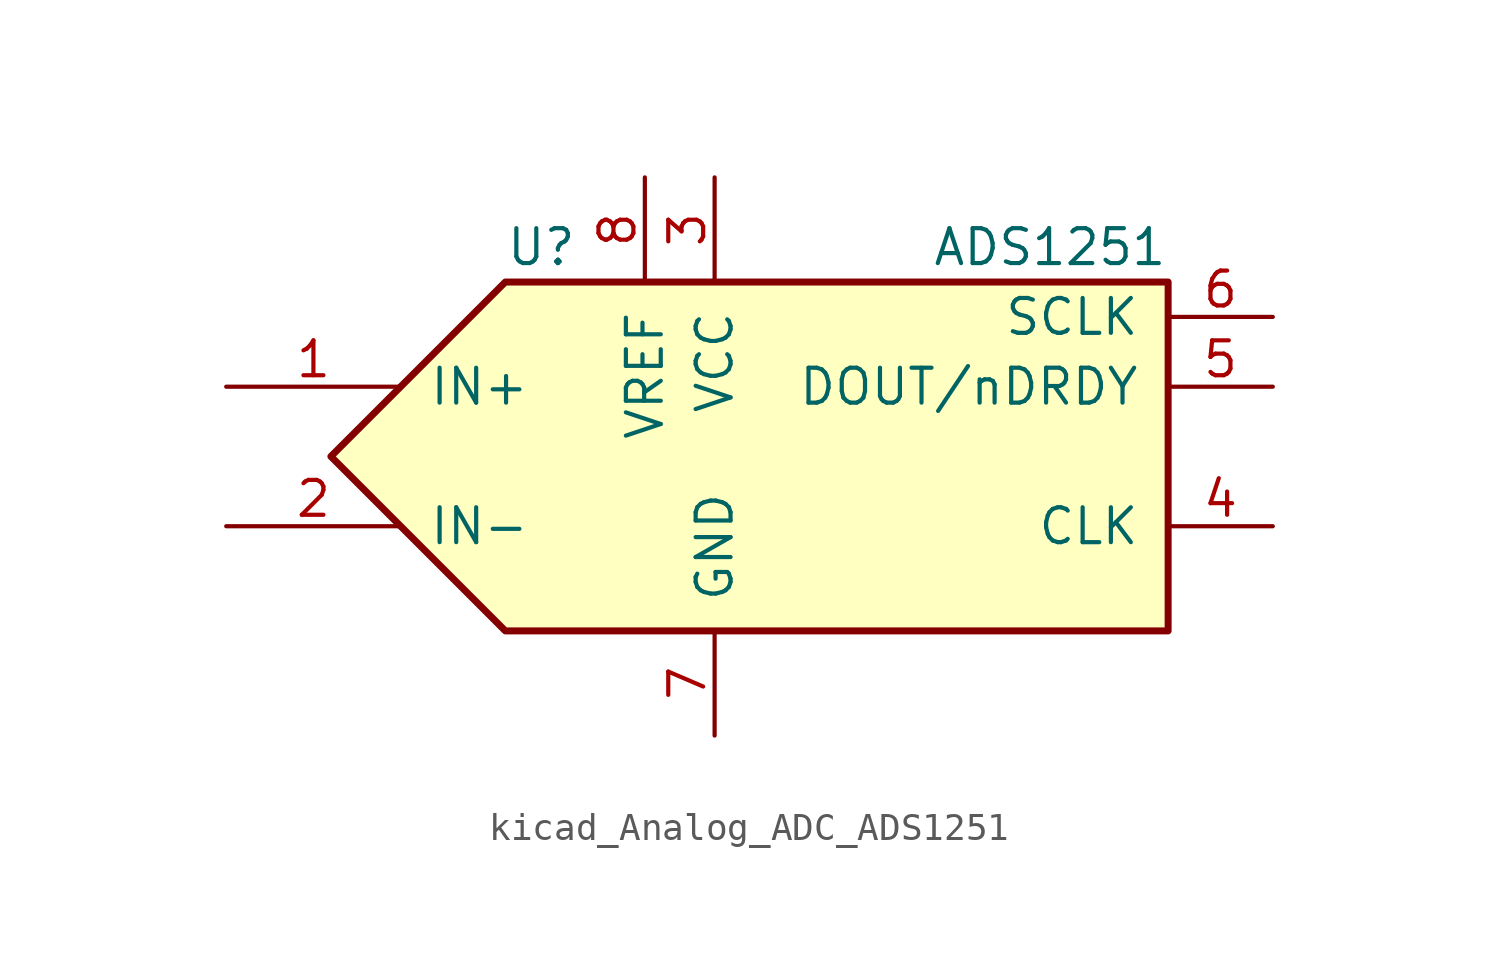
<source format=kicad_sym>
(kicad_symbol_lib
  (version 20220914)
  (generator kicad_symbol_editor)
  (symbol "kicad_Analog_ADC_ADS1251"
    (pin_names
      (offset 1.016))
    (property "Reference" "U"
      (at -10.16 7.62 0)
      (effects (font (size 1.27 1.27)) (justify left)))
    (property "Value" "ADS1251"
      (at 13.97 7.62 0)
      (effects (font (size 1.27 1.27)) (justify right)))
    (symbol "kicad_Analog_ADC_ADS1251_0_1"
      (polyline (pts (xy 13.97 6.35) (xy -10.16 6.35) (xy -16.51 0) (xy -10.16 -6.35) (xy 11.43 -6.35) (xy 13.97 -6.35) (xy 13.97 6.35)) (stroke (width 0.254) (type default)) (fill (type background))))
    (symbol "kicad_Analog_ADC_ADS1251_1_1"
      (pin input line (at -20.32 2.54 0) (length 6.35) (name "IN+" (effects (font (size 1.27 1.27)))) (number "1" (effects (font (size 1.27 1.27)))))
      (pin input line (at -20.32 -2.54 0) (length 6.35) (name "IN-" (effects (font (size 1.27 1.27)))) (number "2" (effects (font (size 1.27 1.27)))))
      (pin power_in line (at -2.54 10.16 270) (length 3.81) (name "VCC" (effects (font (size 1.27 1.27)))) (number "3" (effects (font (size 1.27 1.27)))))
      (pin input line (at 17.78 -2.54 180) (length 3.81) (name "CLK" (effects (font (size 1.27 1.27)))) (number "4" (effects (font (size 1.27 1.27)))))
      (pin output line (at 17.78 2.54 180) (length 3.81) (name "DOUT/nDRDY" (effects (font (size 1.27 1.27)))) (number "5" (effects (font (size 1.27 1.27)))))
      (pin input line (at 17.78 5.08 180) (length 3.81) (name "SCLK" (effects (font (size 1.27 1.27)))) (number "6" (effects (font (size 1.27 1.27)))))
      (pin power_in line (at -2.54 -10.16 90) (length 3.81) (name "GND" (effects (font (size 1.27 1.27)))) (number "7" (effects (font (size 1.27 1.27)))))
      (pin input line (at -5.08 10.16 270) (length 3.81) (name "VREF" (effects (font (size 1.27 1.27)))) (number "8" (effects (font (size 1.27 1.27))))))))
</source>
